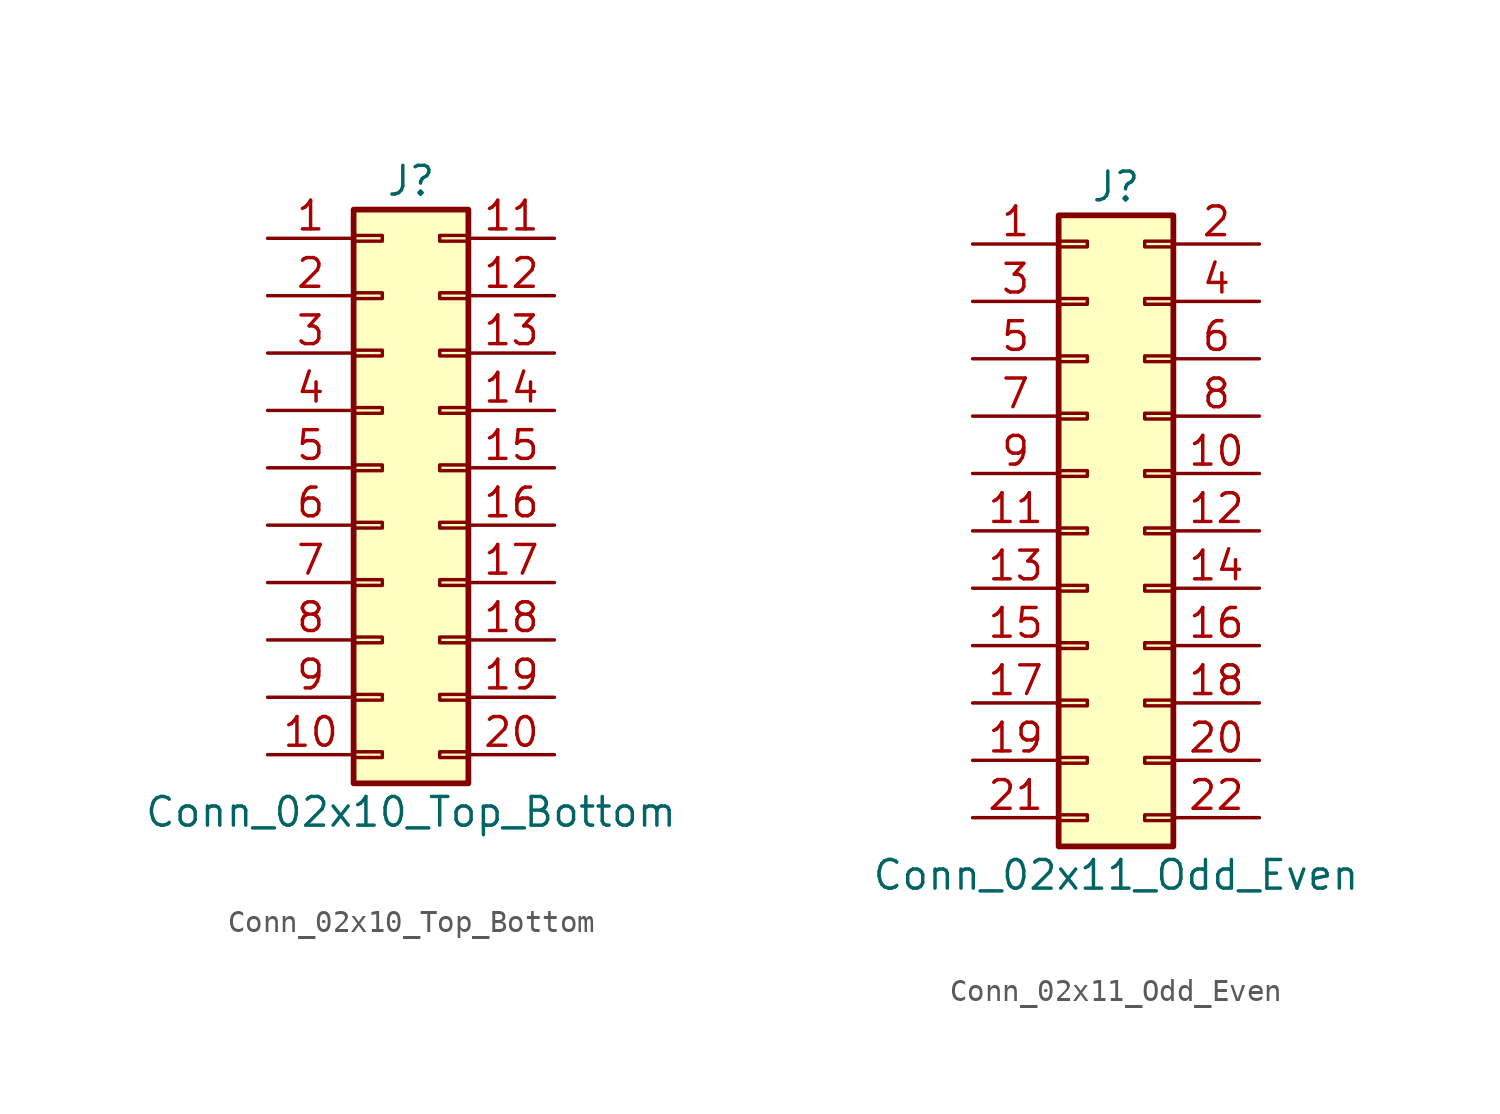
<source format=kicad_sym>
(kicad_symbol_lib
  (version 20220914)
  (generator kicad_symbol_editor)
  (symbol "Conn_02x10_Top_Bottom"
    (pin_names
      (offset 1.016) hide)
    (property "Reference" "J"
      (at 1.27 12.7 0)
      (effects (font (size 1.27 1.27))))
    (property "Value" "Conn_02x10_Top_Bottom"
      (at 1.27 -15.24 0)
      (effects (font (size 1.27 1.27))))
    (symbol "Conn_02x10_Top_Bottom_1_1"
      (rectangle (start -1.27 -12.573) (end 0 -12.827) (stroke (width 0.152) (type default)) (fill (type none)))
      (rectangle (start -1.27 -10.033) (end 0 -10.287) (stroke (width 0.152) (type default)) (fill (type none)))
      (rectangle (start -1.27 -7.493) (end 0 -7.747) (stroke (width 0.152) (type default)) (fill (type none)))
      (rectangle (start -1.27 -4.953) (end 0 -5.207) (stroke (width 0.152) (type default)) (fill (type none)))
      (rectangle (start -1.27 -2.413) (end 0 -2.667) (stroke (width 0.152) (type default)) (fill (type none)))
      (rectangle (start -1.27 0.127) (end 0 -0.127) (stroke (width 0.152) (type default)) (fill (type none)))
      (rectangle (start -1.27 2.667) (end 0 2.413) (stroke (width 0.152) (type default)) (fill (type none)))
      (rectangle (start -1.27 5.207) (end 0 4.953) (stroke (width 0.152) (type default)) (fill (type none)))
      (rectangle (start -1.27 7.747) (end 0 7.493) (stroke (width 0.152) (type default)) (fill (type none)))
      (rectangle (start -1.27 10.287) (end 0 10.033) (stroke (width 0.152) (type default)) (fill (type none)))
      (rectangle (start -1.27 11.43) (end 3.81 -13.97) (stroke (width 0.254) (type default)) (fill (type background)))
      (rectangle (start 3.81 -12.573) (end 2.54 -12.827) (stroke (width 0.152) (type default)) (fill (type none)))
      (rectangle (start 3.81 -10.033) (end 2.54 -10.287) (stroke (width 0.152) (type default)) (fill (type none)))
      (rectangle (start 3.81 -7.493) (end 2.54 -7.747) (stroke (width 0.152) (type default)) (fill (type none)))
      (rectangle (start 3.81 -4.953) (end 2.54 -5.207) (stroke (width 0.152) (type default)) (fill (type none)))
      (rectangle (start 3.81 -2.413) (end 2.54 -2.667) (stroke (width 0.152) (type default)) (fill (type none)))
      (rectangle (start 3.81 0.127) (end 2.54 -0.127) (stroke (width 0.152) (type default)) (fill (type none)))
      (rectangle (start 3.81 2.667) (end 2.54 2.413) (stroke (width 0.152) (type default)) (fill (type none)))
      (rectangle (start 3.81 5.207) (end 2.54 4.953) (stroke (width 0.152) (type default)) (fill (type none)))
      (rectangle (start 3.81 7.747) (end 2.54 7.493) (stroke (width 0.152) (type default)) (fill (type none)))
      (rectangle (start 3.81 10.287) (end 2.54 10.033) (stroke (width 0.152) (type default)) (fill (type none)))
      (pin passive line (at -5.08 10.16 0) (length 3.81) (name "Pin_1" (effects (font (size 1.27 1.27)))) (number "1" (effects (font (size 1.27 1.27)))))
      (pin passive line (at -5.08 -12.7 0) (length 3.81) (name "Pin_10" (effects (font (size 1.27 1.27)))) (number "10" (effects (font (size 1.27 1.27)))))
      (pin passive line (at 7.62 10.16 180) (length 3.81) (name "Pin_11" (effects (font (size 1.27 1.27)))) (number "11" (effects (font (size 1.27 1.27)))))
      (pin passive line (at 7.62 7.62 180) (length 3.81) (name "Pin_12" (effects (font (size 1.27 1.27)))) (number "12" (effects (font (size 1.27 1.27)))))
      (pin passive line (at 7.62 5.08 180) (length 3.81) (name "Pin_13" (effects (font (size 1.27 1.27)))) (number "13" (effects (font (size 1.27 1.27)))))
      (pin passive line (at 7.62 2.54 180) (length 3.81) (name "Pin_14" (effects (font (size 1.27 1.27)))) (number "14" (effects (font (size 1.27 1.27)))))
      (pin passive line (at 7.62 0 180) (length 3.81) (name "Pin_15" (effects (font (size 1.27 1.27)))) (number "15" (effects (font (size 1.27 1.27)))))
      (pin passive line (at 7.62 -2.54 180) (length 3.81) (name "Pin_16" (effects (font (size 1.27 1.27)))) (number "16" (effects (font (size 1.27 1.27)))))
      (pin passive line (at 7.62 -5.08 180) (length 3.81) (name "Pin_17" (effects (font (size 1.27 1.27)))) (number "17" (effects (font (size 1.27 1.27)))))
      (pin passive line (at 7.62 -7.62 180) (length 3.81) (name "Pin_18" (effects (font (size 1.27 1.27)))) (number "18" (effects (font (size 1.27 1.27)))))
      (pin passive line (at 7.62 -10.16 180) (length 3.81) (name "Pin_19" (effects (font (size 1.27 1.27)))) (number "19" (effects (font (size 1.27 1.27)))))
      (pin passive line (at -5.08 7.62 0) (length 3.81) (name "Pin_2" (effects (font (size 1.27 1.27)))) (number "2" (effects (font (size 1.27 1.27)))))
      (pin passive line (at 7.62 -12.7 180) (length 3.81) (name "Pin_20" (effects (font (size 1.27 1.27)))) (number "20" (effects (font (size 1.27 1.27)))))
      (pin passive line (at -5.08 5.08 0) (length 3.81) (name "Pin_3" (effects (font (size 1.27 1.27)))) (number "3" (effects (font (size 1.27 1.27)))))
      (pin passive line (at -5.08 2.54 0) (length 3.81) (name "Pin_4" (effects (font (size 1.27 1.27)))) (number "4" (effects (font (size 1.27 1.27)))))
      (pin passive line (at -5.08 0 0) (length 3.81) (name "Pin_5" (effects (font (size 1.27 1.27)))) (number "5" (effects (font (size 1.27 1.27)))))
      (pin passive line (at -5.08 -2.54 0) (length 3.81) (name "Pin_6" (effects (font (size 1.27 1.27)))) (number "6" (effects (font (size 1.27 1.27)))))
      (pin passive line (at -5.08 -5.08 0) (length 3.81) (name "Pin_7" (effects (font (size 1.27 1.27)))) (number "7" (effects (font (size 1.27 1.27)))))
      (pin passive line (at -5.08 -7.62 0) (length 3.81) (name "Pin_8" (effects (font (size 1.27 1.27)))) (number "8" (effects (font (size 1.27 1.27)))))
      (pin passive line (at -5.08 -10.16 0) (length 3.81) (name "Pin_9" (effects (font (size 1.27 1.27)))) (number "9" (effects (font (size 1.27 1.27)))))))
  (symbol "Conn_02x11_Odd_Even"
    (pin_names
      (offset 1.016) hide)
    (property "Reference" "J"
      (at 1.27 15.24 0)
      (effects (font (size 1.27 1.27))))
    (property "Value" "Conn_02x11_Odd_Even"
      (at 1.27 -15.24 0)
      (effects (font (size 1.27 1.27))))
    (symbol "Conn_02x11_Odd_Even_1_1"
      (rectangle (start -1.27 -12.573) (end 0 -12.827) (stroke (width 0.152) (type default)) (fill (type none)))
      (rectangle (start -1.27 -10.033) (end 0 -10.287) (stroke (width 0.152) (type default)) (fill (type none)))
      (rectangle (start -1.27 -7.493) (end 0 -7.747) (stroke (width 0.152) (type default)) (fill (type none)))
      (rectangle (start -1.27 -4.953) (end 0 -5.207) (stroke (width 0.152) (type default)) (fill (type none)))
      (rectangle (start -1.27 -2.413) (end 0 -2.667) (stroke (width 0.152) (type default)) (fill (type none)))
      (rectangle (start -1.27 0.127) (end 0 -0.127) (stroke (width 0.152) (type default)) (fill (type none)))
      (rectangle (start -1.27 2.667) (end 0 2.413) (stroke (width 0.152) (type default)) (fill (type none)))
      (rectangle (start -1.27 5.207) (end 0 4.953) (stroke (width 0.152) (type default)) (fill (type none)))
      (rectangle (start -1.27 7.747) (end 0 7.493) (stroke (width 0.152) (type default)) (fill (type none)))
      (rectangle (start -1.27 10.287) (end 0 10.033) (stroke (width 0.152) (type default)) (fill (type none)))
      (rectangle (start -1.27 12.827) (end 0 12.573) (stroke (width 0.152) (type default)) (fill (type none)))
      (rectangle (start -1.27 13.97) (end 3.81 -13.97) (stroke (width 0.254) (type default)) (fill (type background)))
      (rectangle (start 3.81 -12.573) (end 2.54 -12.827) (stroke (width 0.152) (type default)) (fill (type none)))
      (rectangle (start 3.81 -10.033) (end 2.54 -10.287) (stroke (width 0.152) (type default)) (fill (type none)))
      (rectangle (start 3.81 -7.493) (end 2.54 -7.747) (stroke (width 0.152) (type default)) (fill (type none)))
      (rectangle (start 3.81 -4.953) (end 2.54 -5.207) (stroke (width 0.152) (type default)) (fill (type none)))
      (rectangle (start 3.81 -2.413) (end 2.54 -2.667) (stroke (width 0.152) (type default)) (fill (type none)))
      (rectangle (start 3.81 0.127) (end 2.54 -0.127) (stroke (width 0.152) (type default)) (fill (type none)))
      (rectangle (start 3.81 2.667) (end 2.54 2.413) (stroke (width 0.152) (type default)) (fill (type none)))
      (rectangle (start 3.81 5.207) (end 2.54 4.953) (stroke (width 0.152) (type default)) (fill (type none)))
      (rectangle (start 3.81 7.747) (end 2.54 7.493) (stroke (width 0.152) (type default)) (fill (type none)))
      (rectangle (start 3.81 10.287) (end 2.54 10.033) (stroke (width 0.152) (type default)) (fill (type none)))
      (rectangle (start 3.81 12.827) (end 2.54 12.573) (stroke (width 0.152) (type default)) (fill (type none)))
      (pin passive line (at -5.08 12.7 0) (length 3.81) (name "Pin_1" (effects (font (size 1.27 1.27)))) (number "1" (effects (font (size 1.27 1.27)))))
      (pin passive line (at 7.62 2.54 180) (length 3.81) (name "Pin_10" (effects (font (size 1.27 1.27)))) (number "10" (effects (font (size 1.27 1.27)))))
      (pin passive line (at -5.08 0 0) (length 3.81) (name "Pin_11" (effects (font (size 1.27 1.27)))) (number "11" (effects (font (size 1.27 1.27)))))
      (pin passive line (at 7.62 0 180) (length 3.81) (name "Pin_12" (effects (font (size 1.27 1.27)))) (number "12" (effects (font (size 1.27 1.27)))))
      (pin passive line (at -5.08 -2.54 0) (length 3.81) (name "Pin_13" (effects (font (size 1.27 1.27)))) (number "13" (effects (font (size 1.27 1.27)))))
      (pin passive line (at 7.62 -2.54 180) (length 3.81) (name "Pin_14" (effects (font (size 1.27 1.27)))) (number "14" (effects (font (size 1.27 1.27)))))
      (pin passive line (at -5.08 -5.08 0) (length 3.81) (name "Pin_15" (effects (font (size 1.27 1.27)))) (number "15" (effects (font (size 1.27 1.27)))))
      (pin passive line (at 7.62 -5.08 180) (length 3.81) (name "Pin_16" (effects (font (size 1.27 1.27)))) (number "16" (effects (font (size 1.27 1.27)))))
      (pin passive line (at -5.08 -7.62 0) (length 3.81) (name "Pin_17" (effects (font (size 1.27 1.27)))) (number "17" (effects (font (size 1.27 1.27)))))
      (pin passive line (at 7.62 -7.62 180) (length 3.81) (name "Pin_18" (effects (font (size 1.27 1.27)))) (number "18" (effects (font (size 1.27 1.27)))))
      (pin passive line (at -5.08 -10.16 0) (length 3.81) (name "Pin_19" (effects (font (size 1.27 1.27)))) (number "19" (effects (font (size 1.27 1.27)))))
      (pin passive line (at 7.62 12.7 180) (length 3.81) (name "Pin_2" (effects (font (size 1.27 1.27)))) (number "2" (effects (font (size 1.27 1.27)))))
      (pin passive line (at 7.62 -10.16 180) (length 3.81) (name "Pin_20" (effects (font (size 1.27 1.27)))) (number "20" (effects (font (size 1.27 1.27)))))
      (pin passive line (at -5.08 -12.7 0) (length 3.81) (name "Pin_21" (effects (font (size 1.27 1.27)))) (number "21" (effects (font (size 1.27 1.27)))))
      (pin passive line (at 7.62 -12.7 180) (length 3.81) (name "Pin_22" (effects (font (size 1.27 1.27)))) (number "22" (effects (font (size 1.27 1.27)))))
      (pin passive line (at -5.08 10.16 0) (length 3.81) (name "Pin_3" (effects (font (size 1.27 1.27)))) (number "3" (effects (font (size 1.27 1.27)))))
      (pin passive line (at 7.62 10.16 180) (length 3.81) (name "Pin_4" (effects (font (size 1.27 1.27)))) (number "4" (effects (font (size 1.27 1.27)))))
      (pin passive line (at -5.08 7.62 0) (length 3.81) (name "Pin_5" (effects (font (size 1.27 1.27)))) (number "5" (effects (font (size 1.27 1.27)))))
      (pin passive line (at 7.62 7.62 180) (length 3.81) (name "Pin_6" (effects (font (size 1.27 1.27)))) (number "6" (effects (font (size 1.27 1.27)))))
      (pin passive line (at -5.08 5.08 0) (length 3.81) (name "Pin_7" (effects (font (size 1.27 1.27)))) (number "7" (effects (font (size 1.27 1.27)))))
      (pin passive line (at 7.62 5.08 180) (length 3.81) (name "Pin_8" (effects (font (size 1.27 1.27)))) (number "8" (effects (font (size 1.27 1.27)))))
      (pin passive line (at -5.08 2.54 0) (length 3.81) (name "Pin_9" (effects (font (size 1.27 1.27)))) (number "9" (effects (font (size 1.27 1.27))))))))
</source>
